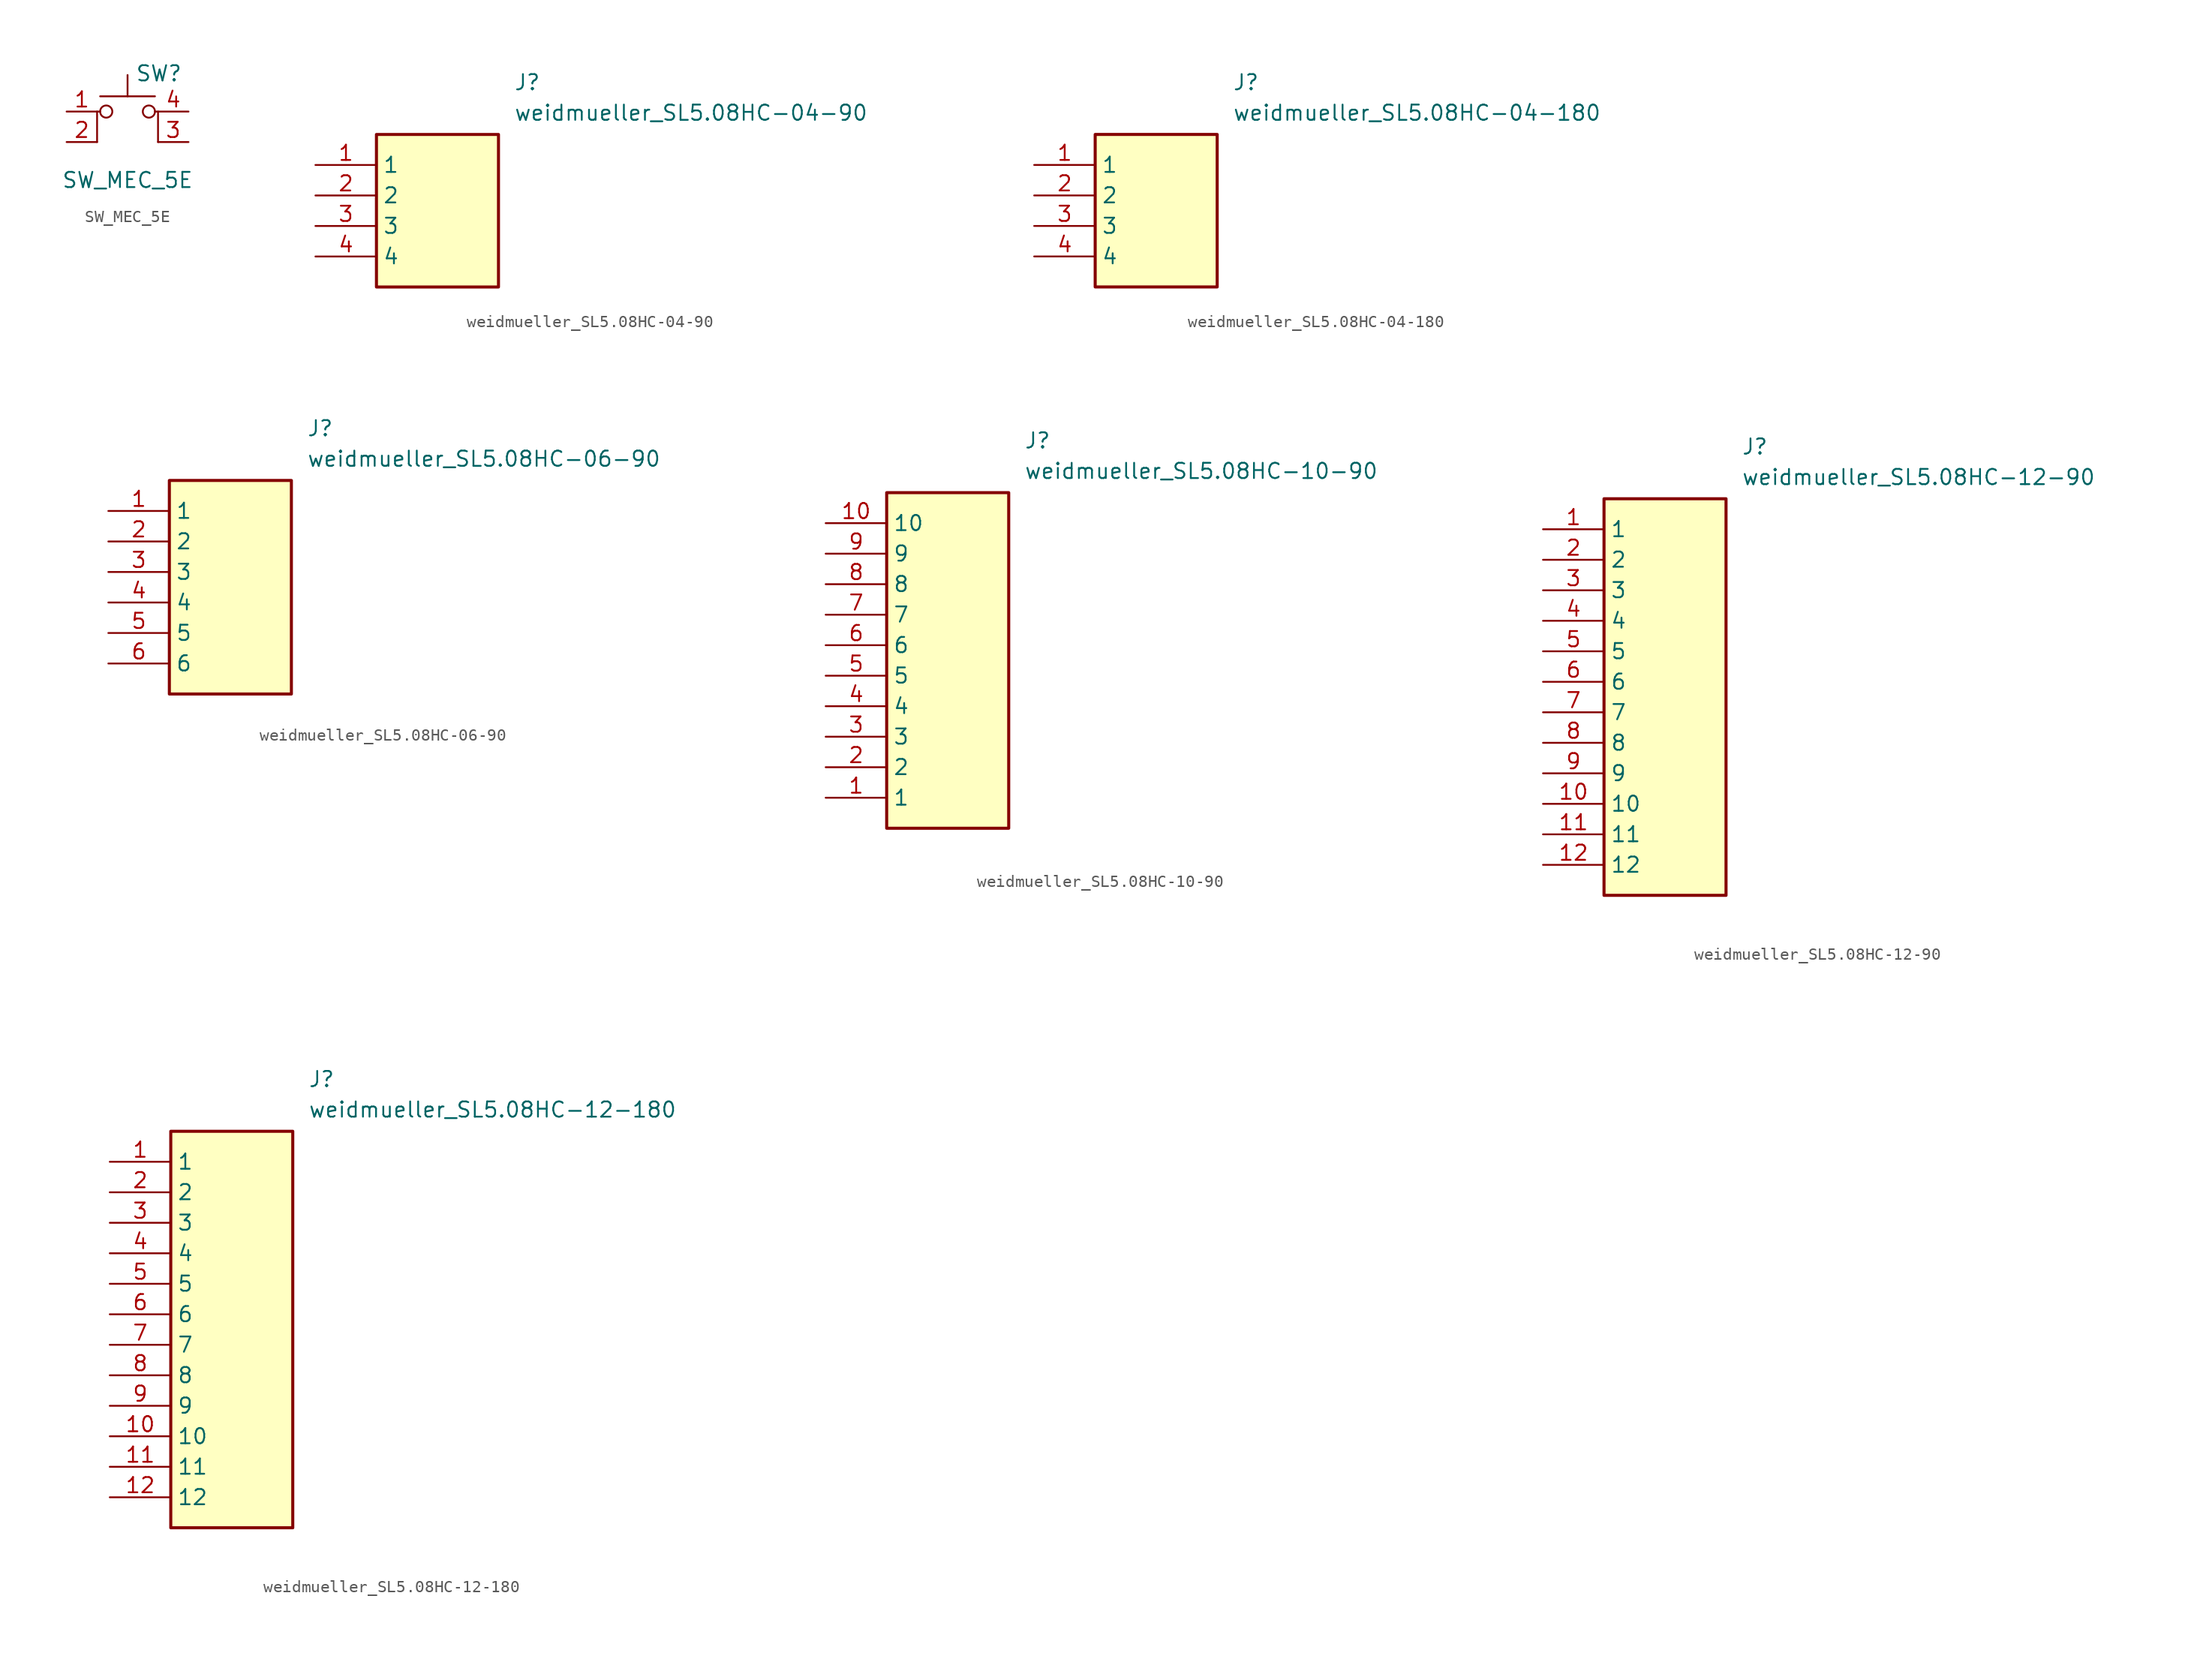
<source format=kicad_sym>
(kicad_symbol_lib
  (version 20220914)
  (generator kicad_symbol_editor)
  (symbol "SW_MEC_5E"
    (pin_names
      (offset 1.016) hide)
    (property "Reference" "SW"
      (at 0.635 5.715 0)
      (effects (font (size 1.27 1.27)) (justify left)))
    (property "Value" "SW_MEC_5E"
      (at 0 -3.175 0)
      (effects (font (size 1.27 1.27))))
    (symbol "SW_MEC_5E_0_1"
      (circle (center -1.778 2.54) (radius 0.508) (stroke (width 0) (type default)) (fill (type none)))
      (polyline (pts (xy -2.286 3.81) (xy 2.286 3.81)) (stroke (width 0) (type default)) (fill (type none)))
      (polyline (pts (xy 0 3.81) (xy 0 5.588)) (stroke (width 0) (type default)) (fill (type none)))
      (polyline (pts (xy -2.54 0) (xy -2.54 2.54) (xy -2.286 2.54)) (stroke (width 0) (type default)) (fill (type none)))
      (polyline (pts (xy 2.54 0) (xy 2.54 2.54) (xy 2.286 2.54)) (stroke (width 0) (type default)) (fill (type none)))
      (circle (center 1.778 2.54) (radius 0.508) (stroke (width 0) (type default)) (fill (type none)))
      (pin passive line (at -5.08 2.54 0) (length 2.54) (name "1" (effects (font (size 1.27 1.27)))) (number "1" (effects (font (size 1.27 1.27)))))
      (pin passive line (at -5.08 0 0) (length 2.54) (name "2" (effects (font (size 1.27 1.27)))) (number "2" (effects (font (size 1.27 1.27)))))
      (pin passive line (at 5.08 0 180) (length 2.54) (name "K" (effects (font (size 1.27 1.27)))) (number "3" (effects (font (size 1.27 1.27)))))
      (pin passive line (at 5.08 2.54 180) (length 2.54) (name "A" (effects (font (size 1.27 1.27)))) (number "4" (effects (font (size 1.27 1.27)))))))
  (symbol "weidmueller_SL5.08HC-04-90"
    (property "Reference" "J"
      (at 16.51 7.62 0)
      (effects (font (size 1.27 1.27)) (justify left top)))
    (property "Value" "weidmueller_SL5.08HC-04-90"
      (at 16.51 5.08 0)
      (effects (font (size 1.27 1.27)) (justify left top)))
    (symbol "weidmueller_SL5.08HC-04-90_1_1"
      (rectangle (start 5.08 2.54) (end 15.24 -10.16) (stroke (width 0.254) (type default)) (fill (type background)))
      (pin passive line (at 0 0 0) (length 5.08) (name "1" (effects (font (size 1.27 1.27)))) (number "1" (effects (font (size 1.27 1.27)))))
      (pin passive line (at 0 -2.54 0) (length 5.08) (name "2" (effects (font (size 1.27 1.27)))) (number "2" (effects (font (size 1.27 1.27)))))
      (pin passive line (at 0 -5.08 0) (length 5.08) (name "3" (effects (font (size 1.27 1.27)))) (number "3" (effects (font (size 1.27 1.27)))))
      (pin passive line (at 0 -7.62 0) (length 5.08) (name "4" (effects (font (size 1.27 1.27)))) (number "4" (effects (font (size 1.27 1.27)))))))
  (symbol "weidmueller_SL5.08HC-04-180"
    (property "Reference" "J"
      (at 16.51 7.62 0)
      (effects (font (size 1.27 1.27)) (justify left top)))
    (property "Value" "weidmueller_SL5.08HC-04-180"
      (at 16.51 5.08 0)
      (effects (font (size 1.27 1.27)) (justify left top)))
    (symbol "weidmueller_SL5.08HC-04-180_1_1"
      (rectangle (start 5.08 2.54) (end 15.24 -10.16) (stroke (width 0.254) (type default)) (fill (type background)))
      (pin passive line (at 0 0 0) (length 5.08) (name "1" (effects (font (size 1.27 1.27)))) (number "1" (effects (font (size 1.27 1.27)))))
      (pin passive line (at 0 -2.54 0) (length 5.08) (name "2" (effects (font (size 1.27 1.27)))) (number "2" (effects (font (size 1.27 1.27)))))
      (pin passive line (at 0 -5.08 0) (length 5.08) (name "3" (effects (font (size 1.27 1.27)))) (number "3" (effects (font (size 1.27 1.27)))))
      (pin passive line (at 0 -7.62 0) (length 5.08) (name "4" (effects (font (size 1.27 1.27)))) (number "4" (effects (font (size 1.27 1.27)))))))
  (symbol "weidmueller_SL5.08HC-06-90"
    (property "Reference" "J"
      (at 16.51 7.62 0)
      (effects (font (size 1.27 1.27)) (justify left top)))
    (property "Value" "weidmueller_SL5.08HC-06-90"
      (at 16.51 5.08 0)
      (effects (font (size 1.27 1.27)) (justify left top)))
    (symbol "weidmueller_SL5.08HC-06-90_1_1"
      (rectangle (start 5.08 2.54) (end 15.24 -15.24) (stroke (width 0.254) (type default)) (fill (type background)))
      (pin passive line (at 0 0 0) (length 5.08) (name "1" (effects (font (size 1.27 1.27)))) (number "1" (effects (font (size 1.27 1.27)))))
      (pin passive line (at 0 -2.54 0) (length 5.08) (name "2" (effects (font (size 1.27 1.27)))) (number "2" (effects (font (size 1.27 1.27)))))
      (pin passive line (at 0 -5.08 0) (length 5.08) (name "3" (effects (font (size 1.27 1.27)))) (number "3" (effects (font (size 1.27 1.27)))))
      (pin passive line (at 0 -7.62 0) (length 5.08) (name "4" (effects (font (size 1.27 1.27)))) (number "4" (effects (font (size 1.27 1.27)))))
      (pin passive line (at 0 -10.16 0) (length 5.08) (name "5" (effects (font (size 1.27 1.27)))) (number "5" (effects (font (size 1.27 1.27)))))
      (pin passive line (at 0 -12.7 0) (length 5.08) (name "6" (effects (font (size 1.27 1.27)))) (number "6" (effects (font (size 1.27 1.27)))))))
  (symbol "weidmueller_SL5.08HC-10-90"
    (property "Reference" "J"
      (at 16.51 7.62 0)
      (effects (font (size 1.27 1.27)) (justify left top)))
    (property "Value" "weidmueller_SL5.08HC-10-90"
      (at 16.51 5.08 0)
      (effects (font (size 1.27 1.27)) (justify left top)))
    (symbol "weidmueller_SL5.08HC-10-90_1_1"
      (rectangle (start 5.08 2.54) (end 15.24 -25.4) (stroke (width 0.254) (type default)) (fill (type background)))
      (pin passive line (at 0 -22.86 0) (length 5.08) (name "1" (effects (font (size 1.27 1.27)))) (number "1" (effects (font (size 1.27 1.27)))))
      (pin passive line (at 0 0 0) (length 5.08) (name "10" (effects (font (size 1.27 1.27)))) (number "10" (effects (font (size 1.27 1.27)))))
      (pin passive line (at 0 -20.32 0) (length 5.08) (name "2" (effects (font (size 1.27 1.27)))) (number "2" (effects (font (size 1.27 1.27)))))
      (pin passive line (at 0 -17.78 0) (length 5.08) (name "3" (effects (font (size 1.27 1.27)))) (number "3" (effects (font (size 1.27 1.27)))))
      (pin passive line (at 0 -15.24 0) (length 5.08) (name "4" (effects (font (size 1.27 1.27)))) (number "4" (effects (font (size 1.27 1.27)))))
      (pin passive line (at 0 -12.7 0) (length 5.08) (name "5" (effects (font (size 1.27 1.27)))) (number "5" (effects (font (size 1.27 1.27)))))
      (pin passive line (at 0 -10.16 0) (length 5.08) (name "6" (effects (font (size 1.27 1.27)))) (number "6" (effects (font (size 1.27 1.27)))))
      (pin passive line (at 0 -7.62 0) (length 5.08) (name "7" (effects (font (size 1.27 1.27)))) (number "7" (effects (font (size 1.27 1.27)))))
      (pin passive line (at 0 -5.08 0) (length 5.08) (name "8" (effects (font (size 1.27 1.27)))) (number "8" (effects (font (size 1.27 1.27)))))
      (pin passive line (at 0 -2.54 0) (length 5.08) (name "9" (effects (font (size 1.27 1.27)))) (number "9" (effects (font (size 1.27 1.27)))))))
  (symbol "weidmueller_SL5.08HC-12-90"
    (property "Reference" "J"
      (at 16.51 7.62 0)
      (effects (font (size 1.27 1.27)) (justify left top)))
    (property "Value" "weidmueller_SL5.08HC-12-90"
      (at 16.51 5.08 0)
      (effects (font (size 1.27 1.27)) (justify left top)))
    (symbol "weidmueller_SL5.08HC-12-90_1_1"
      (rectangle (start 5.08 2.54) (end 15.24 -30.48) (stroke (width 0.254) (type default)) (fill (type background)))
      (pin passive line (at 0 0 0) (length 5.08) (name "1" (effects (font (size 1.27 1.27)))) (number "1" (effects (font (size 1.27 1.27)))))
      (pin passive line (at 0 -22.86 0) (length 5.08) (name "10" (effects (font (size 1.27 1.27)))) (number "10" (effects (font (size 1.27 1.27)))))
      (pin passive line (at 0 -25.4 0) (length 5.08) (name "11" (effects (font (size 1.27 1.27)))) (number "11" (effects (font (size 1.27 1.27)))))
      (pin passive line (at 0 -27.94 0) (length 5.08) (name "12" (effects (font (size 1.27 1.27)))) (number "12" (effects (font (size 1.27 1.27)))))
      (pin passive line (at 0 -2.54 0) (length 5.08) (name "2" (effects (font (size 1.27 1.27)))) (number "2" (effects (font (size 1.27 1.27)))))
      (pin passive line (at 0 -5.08 0) (length 5.08) (name "3" (effects (font (size 1.27 1.27)))) (number "3" (effects (font (size 1.27 1.27)))))
      (pin passive line (at 0 -7.62 0) (length 5.08) (name "4" (effects (font (size 1.27 1.27)))) (number "4" (effects (font (size 1.27 1.27)))))
      (pin passive line (at 0 -10.16 0) (length 5.08) (name "5" (effects (font (size 1.27 1.27)))) (number "5" (effects (font (size 1.27 1.27)))))
      (pin passive line (at 0 -12.7 0) (length 5.08) (name "6" (effects (font (size 1.27 1.27)))) (number "6" (effects (font (size 1.27 1.27)))))
      (pin passive line (at 0 -15.24 0) (length 5.08) (name "7" (effects (font (size 1.27 1.27)))) (number "7" (effects (font (size 1.27 1.27)))))
      (pin passive line (at 0 -17.78 0) (length 5.08) (name "8" (effects (font (size 1.27 1.27)))) (number "8" (effects (font (size 1.27 1.27)))))
      (pin passive line (at 0 -20.32 0) (length 5.08) (name "9" (effects (font (size 1.27 1.27)))) (number "9" (effects (font (size 1.27 1.27)))))))
  (symbol "weidmueller_SL5.08HC-12-180"
    (property "Reference" "J"
      (at 16.51 7.62 0)
      (effects (font (size 1.27 1.27)) (justify left top)))
    (property "Value" "weidmueller_SL5.08HC-12-180"
      (at 16.51 5.08 0)
      (effects (font (size 1.27 1.27)) (justify left top)))
    (symbol "weidmueller_SL5.08HC-12-180_1_1"
      (rectangle (start 5.08 2.54) (end 15.24 -30.48) (stroke (width 0.254) (type default)) (fill (type background)))
      (pin passive line (at 0 0 0) (length 5.08) (name "1" (effects (font (size 1.27 1.27)))) (number "1" (effects (font (size 1.27 1.27)))))
      (pin passive line (at 0 -22.86 0) (length 5.08) (name "10" (effects (font (size 1.27 1.27)))) (number "10" (effects (font (size 1.27 1.27)))))
      (pin passive line (at 0 -25.4 0) (length 5.08) (name "11" (effects (font (size 1.27 1.27)))) (number "11" (effects (font (size 1.27 1.27)))))
      (pin passive line (at 0 -27.94 0) (length 5.08) (name "12" (effects (font (size 1.27 1.27)))) (number "12" (effects (font (size 1.27 1.27)))))
      (pin passive line (at 0 -2.54 0) (length 5.08) (name "2" (effects (font (size 1.27 1.27)))) (number "2" (effects (font (size 1.27 1.27)))))
      (pin passive line (at 0 -5.08 0) (length 5.08) (name "3" (effects (font (size 1.27 1.27)))) (number "3" (effects (font (size 1.27 1.27)))))
      (pin passive line (at 0 -7.62 0) (length 5.08) (name "4" (effects (font (size 1.27 1.27)))) (number "4" (effects (font (size 1.27 1.27)))))
      (pin passive line (at 0 -10.16 0) (length 5.08) (name "5" (effects (font (size 1.27 1.27)))) (number "5" (effects (font (size 1.27 1.27)))))
      (pin passive line (at 0 -12.7 0) (length 5.08) (name "6" (effects (font (size 1.27 1.27)))) (number "6" (effects (font (size 1.27 1.27)))))
      (pin passive line (at 0 -15.24 0) (length 5.08) (name "7" (effects (font (size 1.27 1.27)))) (number "7" (effects (font (size 1.27 1.27)))))
      (pin passive line (at 0 -17.78 0) (length 5.08) (name "8" (effects (font (size 1.27 1.27)))) (number "8" (effects (font (size 1.27 1.27)))))
      (pin passive line (at 0 -20.32 0) (length 5.08) (name "9" (effects (font (size 1.27 1.27)))) (number "9" (effects (font (size 1.27 1.27))))))))
</source>
